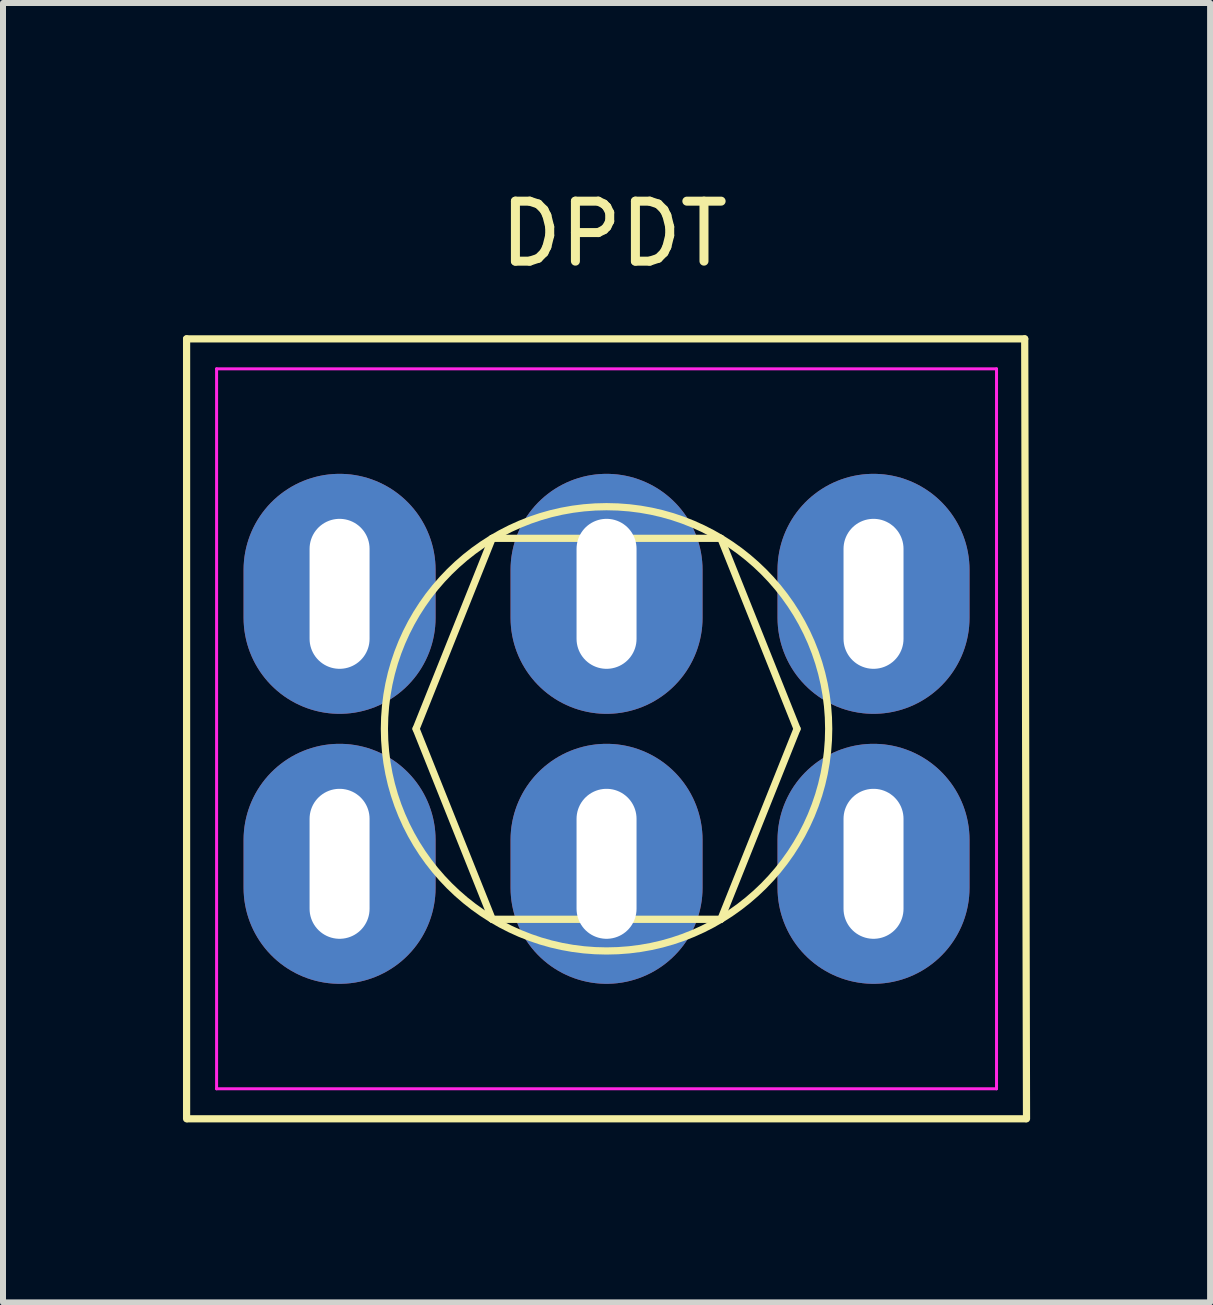
<source format=kicad_pcb>
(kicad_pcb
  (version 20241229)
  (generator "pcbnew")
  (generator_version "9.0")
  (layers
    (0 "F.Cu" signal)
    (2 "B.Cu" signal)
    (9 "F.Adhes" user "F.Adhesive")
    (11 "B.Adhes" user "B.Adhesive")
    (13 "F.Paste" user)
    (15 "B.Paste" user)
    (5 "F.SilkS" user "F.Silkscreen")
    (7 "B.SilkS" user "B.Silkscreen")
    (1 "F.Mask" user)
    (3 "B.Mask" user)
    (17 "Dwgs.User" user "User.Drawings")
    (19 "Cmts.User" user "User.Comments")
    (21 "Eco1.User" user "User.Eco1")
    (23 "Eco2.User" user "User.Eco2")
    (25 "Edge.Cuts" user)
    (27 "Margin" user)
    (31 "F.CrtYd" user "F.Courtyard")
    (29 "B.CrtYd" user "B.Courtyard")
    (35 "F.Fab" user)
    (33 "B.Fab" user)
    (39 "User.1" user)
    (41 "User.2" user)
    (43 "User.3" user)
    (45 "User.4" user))
  (footprint "DPDT"
    (layer "F.Cu")
    (at 7.06 9.098)
    (property "Reference" "DPDT" (at 0.124 -8.25 0) (layer "F.SilkS") (effects (font (size 1 1) (thickness 0.15))))
    (attr through_hole)
    (fp_line (start -7 -6.5) (end 6.97 -6.5) (stroke (width 0.12) (type solid)) (layer "F.SilkS"))
    (fp_line (start -7 6.5) (end -7 -6.5) (stroke (width 0.12) (type solid)) (layer "F.SilkS"))
    (fp_line (start -3.175 0) (end -1.905 -3.175) (stroke (width 0.12) (type solid)) (layer "F.SilkS"))
    (fp_line (start -1.905 -3.175) (end 1.905 -3.175) (stroke (width 0.12) (type solid)) (layer "F.SilkS"))
    (fp_line (start -1.905 3.175) (end -3.175 0) (stroke (width 0.12) (type solid)) (layer "F.SilkS"))
    (fp_line (start 1.905 -3.175) (end 3.175 0) (stroke (width 0.12) (type solid)) (layer "F.SilkS"))
    (fp_line (start 1.905 3.175) (end -1.905 3.175) (stroke (width 0.12) (type solid)) (layer "F.SilkS"))
    (fp_line (start 3.175 0) (end 1.905 3.175) (stroke (width 0.12) (type solid)) (layer "F.SilkS"))
    (fp_line (start 6.97 -6.5) (end 7 6.5) (stroke (width 0.12) (type solid)) (layer "F.SilkS"))
    (fp_line (start 6.985 6.5) (end -6.985 6.5) (stroke (width 0.12) (type solid)) (layer "F.SilkS"))
    (fp_circle (center 0 0) (end 1.905 3.175) (stroke (width 0.12) (type solid)) (fill no) (layer "F.SilkS"))
    (fp_line (start -6.5 -6) (end 6.5 -6) (stroke (width 0.05) (type solid)) (layer "F.CrtYd"))
    (fp_line (start -6.5 6) (end -6.5 -6) (stroke (width 0.05) (type solid)) (layer "F.CrtYd"))
    (fp_line (start 6.5 -6) (end 6.5 6) (stroke (width 0.05) (type solid)) (layer "F.CrtYd"))
    (fp_line (start 6.5 6) (end -6.5 6) (stroke (width 0.05) (type solid)) (layer "F.CrtYd"))
    (pad "1" thru_hole oval (at -4.45 2.25) (size 3.2 4) (drill oval 1 2.5) (layers "*.Cu" "*.Mask"))
    (pad "2" thru_hole oval (at 0 2.25) (size 3.2 4) (drill oval 1 2.5) (layers "*.Cu" "*.Mask"))
    (pad "3" thru_hole oval (at 4.45 2.25) (size 3.2 4) (drill oval 1 2.5) (layers "*.Cu" "*.Mask"))
    (pad "4" thru_hole oval (at -4.45 -2.25 180) (size 3.2 4) (drill oval 1 2.5) (layers "*.Cu" "*.Mask"))
    (pad "5" thru_hole oval (at 0 -2.25 180) (size 3.2 4) (drill oval 1 2.5) (layers "*.Cu" "*.Mask"))
    (pad "6" thru_hole oval (at 4.45 -2.25 180) (size 3.2 4) (drill oval 1 2.5) (layers "*.Cu" "*.Mask")))
  (gr_rect
    (start -3 -3)
    (end 17.12 18.658)
    (stroke (width 0.1) (type default))
    (fill no)
    (layer "Edge.Cuts")))
</source>
